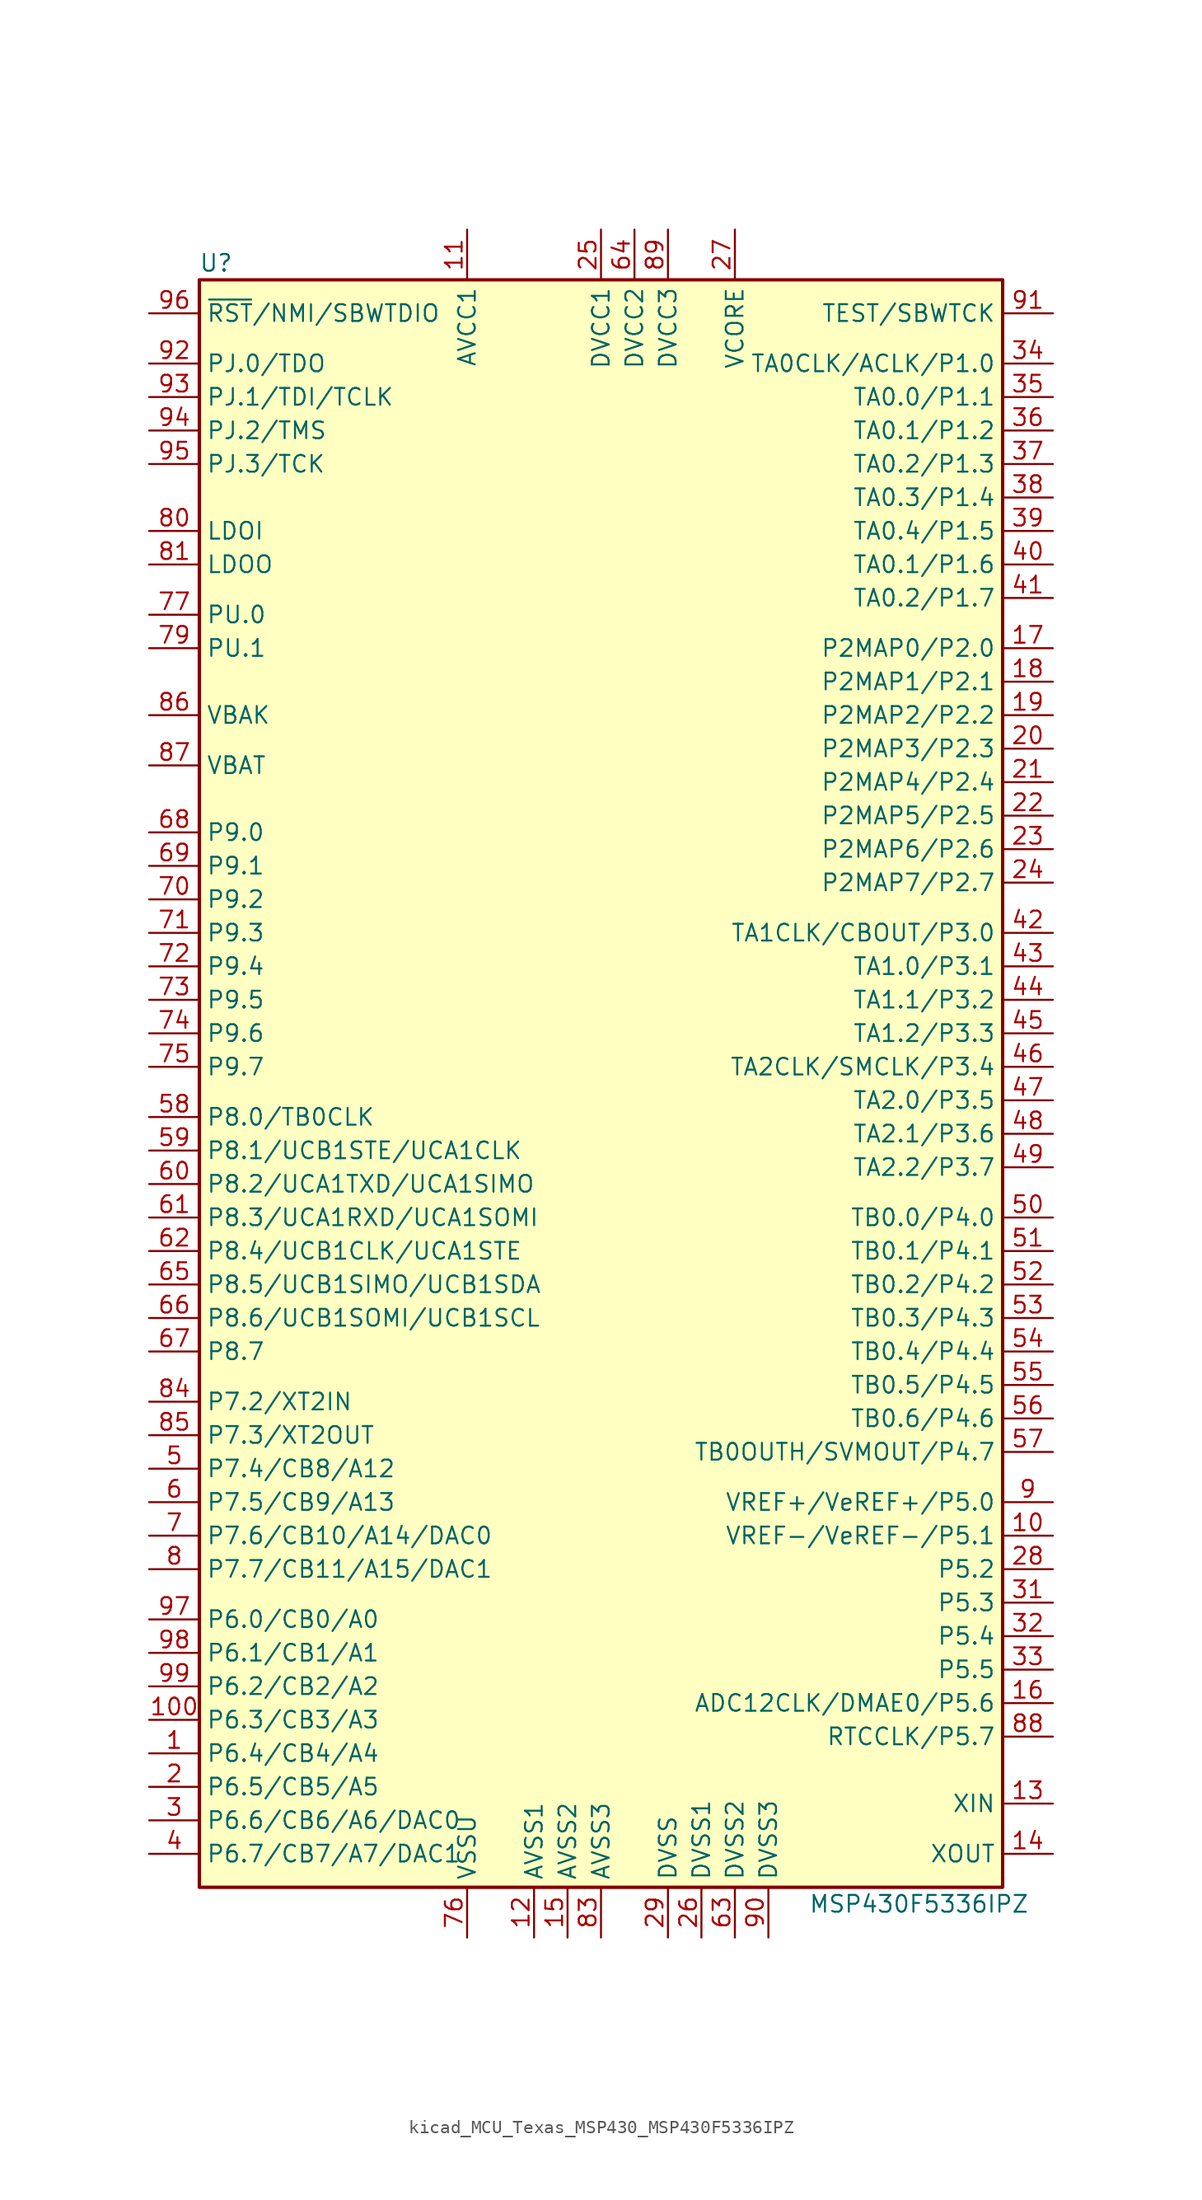
<source format=kicad_sym>
(kicad_symbol_lib
  (version 20220914)
  (generator kicad_symbol_editor)
  (symbol "kicad_MCU_Texas_MSP430_MSP430F5336IPZ"
    (property "Reference" "U"
      (at -29.21 60.96 0)
      (effects (font (size 1.27 1.27))))
    (property "Value" "MSP430F5336IPZ"
      (at 24.13 -63.5 0)
      (effects (font (size 1.27 1.27))))
    (symbol "kicad_MCU_Texas_MSP430_MSP430F5336IPZ_0_1"
      (rectangle (start -30.48 59.69) (end 30.48 -62.23) (stroke (width 0.254) (type default)) (fill (type background))))
    (symbol "kicad_MCU_Texas_MSP430_MSP430F5336IPZ_1_1"
      (pin bidirectional line (at -34.29 -52.07 0) (length 3.81) (name "P6.4/CB4/A4" (effects (font (size 1.27 1.27)))) (number "1" (effects (font (size 1.27 1.27)))))
      (pin bidirectional line (at 34.29 -35.56 180) (length 3.81) (name "VREF-/VeREF-/P5.1" (effects (font (size 1.27 1.27)))) (number "10" (effects (font (size 1.27 1.27)))))
      (pin bidirectional line (at -34.29 -49.53 0) (length 3.81) (name "P6.3/CB3/A3" (effects (font (size 1.27 1.27)))) (number "100" (effects (font (size 1.27 1.27)))))
      (pin power_in line (at -10.16 63.5 270) (length 3.81) (name "AVCC1" (effects (font (size 1.27 1.27)))) (number "11" (effects (font (size 1.27 1.27)))))
      (pin power_in line (at -5.08 -66.04 90) (length 3.81) (name "AVSS1" (effects (font (size 1.27 1.27)))) (number "12" (effects (font (size 1.27 1.27)))))
      (pin bidirectional line (at 34.29 -55.88 180) (length 3.81) (name "XIN" (effects (font (size 1.27 1.27)))) (number "13" (effects (font (size 1.27 1.27)))))
      (pin bidirectional line (at 34.29 -59.69 180) (length 3.81) (name "XOUT" (effects (font (size 1.27 1.27)))) (number "14" (effects (font (size 1.27 1.27)))))
      (pin power_in line (at -2.54 -66.04 90) (length 3.81) (name "AVSS2" (effects (font (size 1.27 1.27)))) (number "15" (effects (font (size 1.27 1.27)))))
      (pin bidirectional line (at 34.29 -48.26 180) (length 3.81) (name "ADC12CLK/DMAE0/P5.6" (effects (font (size 1.27 1.27)))) (number "16" (effects (font (size 1.27 1.27)))))
      (pin bidirectional line (at 34.29 31.75 180) (length 3.81) (name "P2MAP0/P2.0" (effects (font (size 1.27 1.27)))) (number "17" (effects (font (size 1.27 1.27)))))
      (pin bidirectional line (at 34.29 29.21 180) (length 3.81) (name "P2MAP1/P2.1" (effects (font (size 1.27 1.27)))) (number "18" (effects (font (size 1.27 1.27)))))
      (pin bidirectional line (at 34.29 26.67 180) (length 3.81) (name "P2MAP2/P2.2" (effects (font (size 1.27 1.27)))) (number "19" (effects (font (size 1.27 1.27)))))
      (pin bidirectional line (at -34.29 -54.61 0) (length 3.81) (name "P6.5/CB5/A5" (effects (font (size 1.27 1.27)))) (number "2" (effects (font (size 1.27 1.27)))))
      (pin bidirectional line (at 34.29 24.13 180) (length 3.81) (name "P2MAP3/P2.3" (effects (font (size 1.27 1.27)))) (number "20" (effects (font (size 1.27 1.27)))))
      (pin bidirectional line (at 34.29 21.59 180) (length 3.81) (name "P2MAP4/P2.4" (effects (font (size 1.27 1.27)))) (number "21" (effects (font (size 1.27 1.27)))))
      (pin bidirectional line (at 34.29 19.05 180) (length 3.81) (name "P2MAP5/P2.5" (effects (font (size 1.27 1.27)))) (number "22" (effects (font (size 1.27 1.27)))))
      (pin bidirectional line (at 34.29 16.51 180) (length 3.81) (name "P2MAP6/P2.6" (effects (font (size 1.27 1.27)))) (number "23" (effects (font (size 1.27 1.27)))))
      (pin bidirectional line (at 34.29 13.97 180) (length 3.81) (name "P2MAP7/P2.7" (effects (font (size 1.27 1.27)))) (number "24" (effects (font (size 1.27 1.27)))))
      (pin power_in line (at 0 63.5 270) (length 3.81) (name "DVCC1" (effects (font (size 1.27 1.27)))) (number "25" (effects (font (size 1.27 1.27)))))
      (pin power_in line (at 7.62 -66.04 90) (length 3.81) (name "DVSS1" (effects (font (size 1.27 1.27)))) (number "26" (effects (font (size 1.27 1.27)))))
      (pin bidirectional line (at 10.16 63.5 270) (length 3.81) (name "VCORE" (effects (font (size 1.27 1.27)))) (number "27" (effects (font (size 1.27 1.27)))))
      (pin bidirectional line (at 34.29 -38.1 180) (length 3.81) (name "P5.2" (effects (font (size 1.27 1.27)))) (number "28" (effects (font (size 1.27 1.27)))))
      (pin power_in line (at 5.08 -66.04 90) (length 3.81) (name "DVSS" (effects (font (size 1.27 1.27)))) (number "29" (effects (font (size 1.27 1.27)))))
      (pin bidirectional line (at -34.29 -57.15 0) (length 3.81) (name "P6.6/CB6/A6/DAC0" (effects (font (size 1.27 1.27)))) (number "3" (effects (font (size 1.27 1.27)))))
      (pin bidirectional line (at 34.29 -40.64 180) (length 3.81) (name "P5.3" (effects (font (size 1.27 1.27)))) (number "31" (effects (font (size 1.27 1.27)))))
      (pin bidirectional line (at 34.29 -43.18 180) (length 3.81) (name "P5.4" (effects (font (size 1.27 1.27)))) (number "32" (effects (font (size 1.27 1.27)))))
      (pin bidirectional line (at 34.29 -45.72 180) (length 3.81) (name "P5.5" (effects (font (size 1.27 1.27)))) (number "33" (effects (font (size 1.27 1.27)))))
      (pin bidirectional line (at 34.29 53.34 180) (length 3.81) (name "TA0CLK/ACLK/P1.0" (effects (font (size 1.27 1.27)))) (number "34" (effects (font (size 1.27 1.27)))))
      (pin bidirectional line (at 34.29 50.8 180) (length 3.81) (name "TA0.0/P1.1" (effects (font (size 1.27 1.27)))) (number "35" (effects (font (size 1.27 1.27)))))
      (pin bidirectional line (at 34.29 48.26 180) (length 3.81) (name "TA0.1/P1.2" (effects (font (size 1.27 1.27)))) (number "36" (effects (font (size 1.27 1.27)))))
      (pin bidirectional line (at 34.29 45.72 180) (length 3.81) (name "TA0.2/P1.3" (effects (font (size 1.27 1.27)))) (number "37" (effects (font (size 1.27 1.27)))))
      (pin bidirectional line (at 34.29 43.18 180) (length 3.81) (name "TA0.3/P1.4" (effects (font (size 1.27 1.27)))) (number "38" (effects (font (size 1.27 1.27)))))
      (pin bidirectional line (at 34.29 40.64 180) (length 3.81) (name "TA0.4/P1.5" (effects (font (size 1.27 1.27)))) (number "39" (effects (font (size 1.27 1.27)))))
      (pin bidirectional line (at -34.29 -59.69 0) (length 3.81) (name "P6.7/CB7/A7/DAC1" (effects (font (size 1.27 1.27)))) (number "4" (effects (font (size 1.27 1.27)))))
      (pin bidirectional line (at 34.29 38.1 180) (length 3.81) (name "TA0.1/P1.6" (effects (font (size 1.27 1.27)))) (number "40" (effects (font (size 1.27 1.27)))))
      (pin bidirectional line (at 34.29 35.56 180) (length 3.81) (name "TA0.2/P1.7" (effects (font (size 1.27 1.27)))) (number "41" (effects (font (size 1.27 1.27)))))
      (pin bidirectional line (at 34.29 10.16 180) (length 3.81) (name "TA1CLK/CBOUT/P3.0" (effects (font (size 1.27 1.27)))) (number "42" (effects (font (size 1.27 1.27)))))
      (pin bidirectional line (at 34.29 7.62 180) (length 3.81) (name "TA1.0/P3.1" (effects (font (size 1.27 1.27)))) (number "43" (effects (font (size 1.27 1.27)))))
      (pin bidirectional line (at 34.29 5.08 180) (length 3.81) (name "TA1.1/P3.2" (effects (font (size 1.27 1.27)))) (number "44" (effects (font (size 1.27 1.27)))))
      (pin bidirectional line (at 34.29 2.54 180) (length 3.81) (name "TA1.2/P3.3" (effects (font (size 1.27 1.27)))) (number "45" (effects (font (size 1.27 1.27)))))
      (pin bidirectional line (at 34.29 0 180) (length 3.81) (name "TA2CLK/SMCLK/P3.4" (effects (font (size 1.27 1.27)))) (number "46" (effects (font (size 1.27 1.27)))))
      (pin bidirectional line (at 34.29 -2.54 180) (length 3.81) (name "TA2.0/P3.5" (effects (font (size 1.27 1.27)))) (number "47" (effects (font (size 1.27 1.27)))))
      (pin bidirectional line (at 34.29 -5.08 180) (length 3.81) (name "TA2.1/P3.6" (effects (font (size 1.27 1.27)))) (number "48" (effects (font (size 1.27 1.27)))))
      (pin bidirectional line (at 34.29 -7.62 180) (length 3.81) (name "TA2.2/P3.7" (effects (font (size 1.27 1.27)))) (number "49" (effects (font (size 1.27 1.27)))))
      (pin bidirectional line (at -34.29 -30.48 0) (length 3.81) (name "P7.4/CB8/A12" (effects (font (size 1.27 1.27)))) (number "5" (effects (font (size 1.27 1.27)))))
      (pin bidirectional line (at 34.29 -11.43 180) (length 3.81) (name "TB0.0/P4.0" (effects (font (size 1.27 1.27)))) (number "50" (effects (font (size 1.27 1.27)))))
      (pin bidirectional line (at 34.29 -13.97 180) (length 3.81) (name "TB0.1/P4.1" (effects (font (size 1.27 1.27)))) (number "51" (effects (font (size 1.27 1.27)))))
      (pin bidirectional line (at 34.29 -16.51 180) (length 3.81) (name "TB0.2/P4.2" (effects (font (size 1.27 1.27)))) (number "52" (effects (font (size 1.27 1.27)))))
      (pin bidirectional line (at 34.29 -19.05 180) (length 3.81) (name "TB0.3/P4.3" (effects (font (size 1.27 1.27)))) (number "53" (effects (font (size 1.27 1.27)))))
      (pin bidirectional line (at 34.29 -21.59 180) (length 3.81) (name "TB0.4/P4.4" (effects (font (size 1.27 1.27)))) (number "54" (effects (font (size 1.27 1.27)))))
      (pin bidirectional line (at 34.29 -24.13 180) (length 3.81) (name "TB0.5/P4.5" (effects (font (size 1.27 1.27)))) (number "55" (effects (font (size 1.27 1.27)))))
      (pin bidirectional line (at 34.29 -26.67 180) (length 3.81) (name "TB0.6/P4.6" (effects (font (size 1.27 1.27)))) (number "56" (effects (font (size 1.27 1.27)))))
      (pin bidirectional line (at 34.29 -29.21 180) (length 3.81) (name "TB0OUTH/SVMOUT/P4.7" (effects (font (size 1.27 1.27)))) (number "57" (effects (font (size 1.27 1.27)))))
      (pin bidirectional line (at -34.29 -3.81 0) (length 3.81) (name "P8.0/TB0CLK" (effects (font (size 1.27 1.27)))) (number "58" (effects (font (size 1.27 1.27)))))
      (pin bidirectional line (at -34.29 -6.35 0) (length 3.81) (name "P8.1/UCB1STE/UCA1CLK" (effects (font (size 1.27 1.27)))) (number "59" (effects (font (size 1.27 1.27)))))
      (pin bidirectional line (at -34.29 -33.02 0) (length 3.81) (name "P7.5/CB9/A13" (effects (font (size 1.27 1.27)))) (number "6" (effects (font (size 1.27 1.27)))))
      (pin bidirectional line (at -34.29 -8.89 0) (length 3.81) (name "P8.2/UCA1TXD/UCA1SIMO" (effects (font (size 1.27 1.27)))) (number "60" (effects (font (size 1.27 1.27)))))
      (pin bidirectional line (at -34.29 -11.43 0) (length 3.81) (name "P8.3/UCA1RXD/UCA1SOMI" (effects (font (size 1.27 1.27)))) (number "61" (effects (font (size 1.27 1.27)))))
      (pin bidirectional line (at -34.29 -13.97 0) (length 3.81) (name "P8.4/UCB1CLK/UCA1STE" (effects (font (size 1.27 1.27)))) (number "62" (effects (font (size 1.27 1.27)))))
      (pin power_in line (at 10.16 -66.04 90) (length 3.81) (name "DVSS2" (effects (font (size 1.27 1.27)))) (number "63" (effects (font (size 1.27 1.27)))))
      (pin power_in line (at 2.54 63.5 270) (length 3.81) (name "DVCC2" (effects (font (size 1.27 1.27)))) (number "64" (effects (font (size 1.27 1.27)))))
      (pin bidirectional line (at -34.29 -16.51 0) (length 3.81) (name "P8.5/UCB1SIMO/UCB1SDA" (effects (font (size 1.27 1.27)))) (number "65" (effects (font (size 1.27 1.27)))))
      (pin bidirectional line (at -34.29 -19.05 0) (length 3.81) (name "P8.6/UCB1SOMI/UCB1SCL" (effects (font (size 1.27 1.27)))) (number "66" (effects (font (size 1.27 1.27)))))
      (pin bidirectional line (at -34.29 -21.59 0) (length 3.81) (name "P8.7" (effects (font (size 1.27 1.27)))) (number "67" (effects (font (size 1.27 1.27)))))
      (pin bidirectional line (at -34.29 17.78 0) (length 3.81) (name "P9.0" (effects (font (size 1.27 1.27)))) (number "68" (effects (font (size 1.27 1.27)))))
      (pin bidirectional line (at -34.29 15.24 0) (length 3.81) (name "P9.1" (effects (font (size 1.27 1.27)))) (number "69" (effects (font (size 1.27 1.27)))))
      (pin bidirectional line (at -34.29 -35.56 0) (length 3.81) (name "P7.6/CB10/A14/DAC0" (effects (font (size 1.27 1.27)))) (number "7" (effects (font (size 1.27 1.27)))))
      (pin bidirectional line (at -34.29 12.7 0) (length 3.81) (name "P9.2" (effects (font (size 1.27 1.27)))) (number "70" (effects (font (size 1.27 1.27)))))
      (pin bidirectional line (at -34.29 10.16 0) (length 3.81) (name "P9.3" (effects (font (size 1.27 1.27)))) (number "71" (effects (font (size 1.27 1.27)))))
      (pin bidirectional line (at -34.29 7.62 0) (length 3.81) (name "P9.4" (effects (font (size 1.27 1.27)))) (number "72" (effects (font (size 1.27 1.27)))))
      (pin bidirectional line (at -34.29 5.08 0) (length 3.81) (name "P9.5" (effects (font (size 1.27 1.27)))) (number "73" (effects (font (size 1.27 1.27)))))
      (pin bidirectional line (at -34.29 2.54 0) (length 3.81) (name "P9.6" (effects (font (size 1.27 1.27)))) (number "74" (effects (font (size 1.27 1.27)))))
      (pin bidirectional line (at -34.29 0 0) (length 3.81) (name "P9.7" (effects (font (size 1.27 1.27)))) (number "75" (effects (font (size 1.27 1.27)))))
      (pin power_in line (at -10.16 -66.04 90) (length 3.81) (name "VSSU" (effects (font (size 1.27 1.27)))) (number "76" (effects (font (size 1.27 1.27)))))
      (pin bidirectional line (at -34.29 34.29 0) (length 3.81) (name "PU.0" (effects (font (size 1.27 1.27)))) (number "77" (effects (font (size 1.27 1.27)))))
      (pin bidirectional line (at -34.29 31.75 0) (length 3.81) (name "PU.1" (effects (font (size 1.27 1.27)))) (number "79" (effects (font (size 1.27 1.27)))))
      (pin bidirectional line (at -34.29 -38.1 0) (length 3.81) (name "P7.7/CB11/A15/DAC1" (effects (font (size 1.27 1.27)))) (number "8" (effects (font (size 1.27 1.27)))))
      (pin bidirectional line (at -34.29 40.64 0) (length 3.81) (name "LDOI" (effects (font (size 1.27 1.27)))) (number "80" (effects (font (size 1.27 1.27)))))
      (pin bidirectional line (at -34.29 38.1 0) (length 3.81) (name "LDOO" (effects (font (size 1.27 1.27)))) (number "81" (effects (font (size 1.27 1.27)))))
      (pin power_in line (at 0 -66.04 90) (length 3.81) (name "AVSS3" (effects (font (size 1.27 1.27)))) (number "83" (effects (font (size 1.27 1.27)))))
      (pin bidirectional line (at -34.29 -25.4 0) (length 3.81) (name "P7.2/XT2IN" (effects (font (size 1.27 1.27)))) (number "84" (effects (font (size 1.27 1.27)))))
      (pin bidirectional line (at -34.29 -27.94 0) (length 3.81) (name "P7.3/XT2OUT" (effects (font (size 1.27 1.27)))) (number "85" (effects (font (size 1.27 1.27)))))
      (pin bidirectional line (at -34.29 26.67 0) (length 3.81) (name "VBAK" (effects (font (size 1.27 1.27)))) (number "86" (effects (font (size 1.27 1.27)))))
      (pin bidirectional line (at -34.29 22.86 0) (length 3.81) (name "VBAT" (effects (font (size 1.27 1.27)))) (number "87" (effects (font (size 1.27 1.27)))))
      (pin bidirectional line (at 34.29 -50.8 180) (length 3.81) (name "RTCCLK/P5.7" (effects (font (size 1.27 1.27)))) (number "88" (effects (font (size 1.27 1.27)))))
      (pin power_in line (at 5.08 63.5 270) (length 3.81) (name "DVCC3" (effects (font (size 1.27 1.27)))) (number "89" (effects (font (size 1.27 1.27)))))
      (pin bidirectional line (at 34.29 -33.02 180) (length 3.81) (name "VREF+/VeREF+/P5.0" (effects (font (size 1.27 1.27)))) (number "9" (effects (font (size 1.27 1.27)))))
      (pin power_in line (at 12.7 -66.04 90) (length 3.81) (name "DVSS3" (effects (font (size 1.27 1.27)))) (number "90" (effects (font (size 1.27 1.27)))))
      (pin input line (at 34.29 57.15 180) (length 3.81) (name "TEST/SBWTCK" (effects (font (size 1.27 1.27)))) (number "91" (effects (font (size 1.27 1.27)))))
      (pin bidirectional line (at -34.29 53.34 0) (length 3.81) (name "PJ.0/TDO" (effects (font (size 1.27 1.27)))) (number "92" (effects (font (size 1.27 1.27)))))
      (pin bidirectional line (at -34.29 50.8 0) (length 3.81) (name "PJ.1/TDI/TCLK" (effects (font (size 1.27 1.27)))) (number "93" (effects (font (size 1.27 1.27)))))
      (pin bidirectional line (at -34.29 48.26 0) (length 3.81) (name "PJ.2/TMS" (effects (font (size 1.27 1.27)))) (number "94" (effects (font (size 1.27 1.27)))))
      (pin bidirectional line (at -34.29 45.72 0) (length 3.81) (name "PJ.3/TCK" (effects (font (size 1.27 1.27)))) (number "95" (effects (font (size 1.27 1.27)))))
      (pin input line (at -34.29 57.15 0) (length 3.81) (name "~{RST}/NMI/SBWTDIO" (effects (font (size 1.27 1.27)))) (number "96" (effects (font (size 1.27 1.27)))))
      (pin bidirectional line (at -34.29 -41.91 0) (length 3.81) (name "P6.0/CB0/A0" (effects (font (size 1.27 1.27)))) (number "97" (effects (font (size 1.27 1.27)))))
      (pin bidirectional line (at -34.29 -44.45 0) (length 3.81) (name "P6.1/CB1/A1" (effects (font (size 1.27 1.27)))) (number "98" (effects (font (size 1.27 1.27)))))
      (pin bidirectional line (at -34.29 -46.99 0) (length 3.81) (name "P6.2/CB2/A2" (effects (font (size 1.27 1.27)))) (number "99" (effects (font (size 1.27 1.27))))))))
</source>
